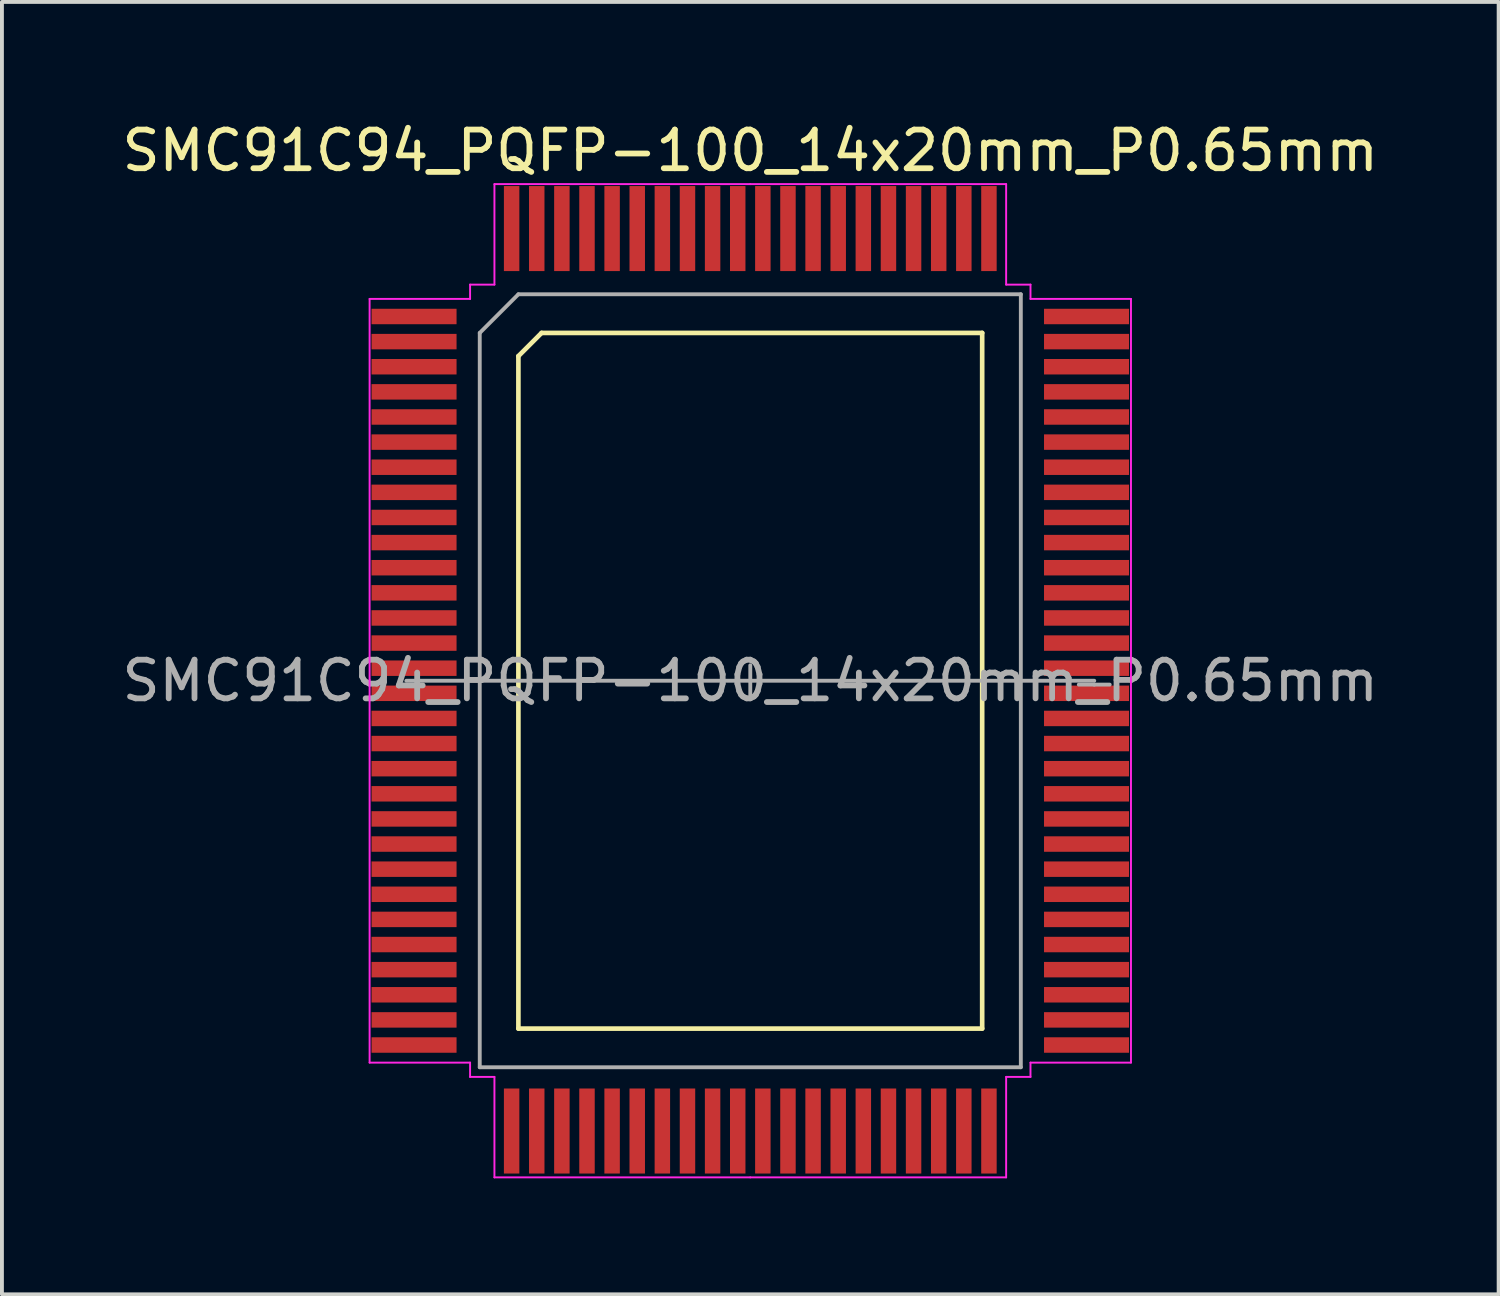
<source format=kicad_pcb>
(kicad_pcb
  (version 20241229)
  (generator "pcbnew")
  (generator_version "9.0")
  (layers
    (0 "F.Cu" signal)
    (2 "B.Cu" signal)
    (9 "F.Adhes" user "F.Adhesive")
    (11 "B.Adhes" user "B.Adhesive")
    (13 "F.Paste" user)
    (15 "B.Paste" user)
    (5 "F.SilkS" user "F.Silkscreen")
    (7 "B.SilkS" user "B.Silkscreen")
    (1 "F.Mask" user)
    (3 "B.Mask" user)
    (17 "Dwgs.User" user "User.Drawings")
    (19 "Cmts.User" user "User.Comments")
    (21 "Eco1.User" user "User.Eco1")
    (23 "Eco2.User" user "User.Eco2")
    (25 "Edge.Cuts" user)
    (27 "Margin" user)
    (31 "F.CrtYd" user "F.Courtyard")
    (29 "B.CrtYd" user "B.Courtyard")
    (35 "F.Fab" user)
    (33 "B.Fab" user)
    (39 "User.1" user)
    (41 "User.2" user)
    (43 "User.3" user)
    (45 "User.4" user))
  (footprint "SMC91C94_PQFP-100_14x20mm_P0.65mm"
    (layer "F.Cu")
    (at 16.363 14.564)
    (property "Reference" "SMC91C94_PQFP-100_14x20mm_P0.65mm" (at 0 -13.716 0) (layer "F.SilkS") (effects (font (size 1 1) (thickness 0.15))))
    (attr smd)
    (fp_line (start -6 -8.4) (end -6 9) (stroke (width 0.12) (type default)) (layer "F.SilkS"))
    (fp_line (start -6 9) (end 6 9) (stroke (width 0.12) (type default)) (layer "F.SilkS"))
    (fp_line (start -5.4 -9) (end -6 -8.4) (stroke (width 0.12) (type default)) (layer "F.SilkS"))
    (fp_line (start 6 -9) (end -5.4 -9) (stroke (width 0.12) (type default)) (layer "F.SilkS"))
    (fp_line (start 6 9) (end 6 -9) (stroke (width 0.12) (type default)) (layer "F.SilkS"))
    (fp_line (start -9.85 -9.88) (end -9.85 -0.02) (stroke (width 0.05) (type solid)) (layer "F.CrtYd"))
    (fp_line (start -9.85 9.88) (end -9.85 -0.02) (stroke (width 0.05) (type solid)) (layer "F.CrtYd"))
    (fp_line (start -7.25 -10.25) (end -7.25 -9.88) (stroke (width 0.05) (type solid)) (layer "F.CrtYd"))
    (fp_line (start -7.25 -9.88) (end -9.85 -9.88) (stroke (width 0.05) (type solid)) (layer "F.CrtYd"))
    (fp_line (start -7.25 9.88) (end -9.85 9.88) (stroke (width 0.05) (type solid)) (layer "F.CrtYd"))
    (fp_line (start -7.25 10.25) (end -7.25 9.88) (stroke (width 0.05) (type solid)) (layer "F.CrtYd"))
    (fp_line (start -6.62 -12.85) (end -6.62 -10.25) (stroke (width 0.05) (type solid)) (layer "F.CrtYd"))
    (fp_line (start -6.62 -10.25) (end -7.25 -10.25) (stroke (width 0.05) (type solid)) (layer "F.CrtYd"))
    (fp_line (start -6.62 10.25) (end -7.25 10.25) (stroke (width 0.05) (type solid)) (layer "F.CrtYd"))
    (fp_line (start -6.62 12.85) (end -6.62 10.25) (stroke (width 0.05) (type solid)) (layer "F.CrtYd"))
    (fp_line (start 0 -12.85) (end -6.62 -12.85) (stroke (width 0.05) (type solid)) (layer "F.CrtYd"))
    (fp_line (start 0 -12.85) (end 6.62 -12.85) (stroke (width 0.05) (type solid)) (layer "F.CrtYd"))
    (fp_line (start 0 12.85) (end -6.62 12.85) (stroke (width 0.05) (type solid)) (layer "F.CrtYd"))
    (fp_line (start 0 12.85) (end 6.62 12.85) (stroke (width 0.05) (type solid)) (layer "F.CrtYd"))
    (fp_line (start 6.62 -12.85) (end 6.62 -10.25) (stroke (width 0.05) (type solid)) (layer "F.CrtYd"))
    (fp_line (start 6.62 -10.25) (end 7.25 -10.25) (stroke (width 0.05) (type solid)) (layer "F.CrtYd"))
    (fp_line (start 6.62 10.25) (end 7.25 10.25) (stroke (width 0.05) (type solid)) (layer "F.CrtYd"))
    (fp_line (start 6.62 12.85) (end 6.62 10.25) (stroke (width 0.05) (type solid)) (layer "F.CrtYd"))
    (fp_line (start 7.25 -10.25) (end 7.25 -9.88) (stroke (width 0.05) (type solid)) (layer "F.CrtYd"))
    (fp_line (start 7.25 -9.88) (end 9.85 -9.88) (stroke (width 0.05) (type solid)) (layer "F.CrtYd"))
    (fp_line (start 7.25 9.88) (end 9.85 9.88) (stroke (width 0.05) (type solid)) (layer "F.CrtYd"))
    (fp_line (start 7.25 10.25) (end 7.25 9.88) (stroke (width 0.05) (type solid)) (layer "F.CrtYd"))
    (fp_line (start 9.85 -9.88) (end 9.85 0) (stroke (width 0.05) (type solid)) (layer "F.CrtYd"))
    (fp_line (start 9.85 9.88) (end 9.85 0) (stroke (width 0.05) (type solid)) (layer "F.CrtYd"))
    (fp_line (start -7 -9) (end -6 -10) (stroke (width 0.1) (type solid)) (layer "F.Fab"))
    (fp_line (start -7 10) (end -7 -9) (stroke (width 0.1) (type solid)) (layer "F.Fab"))
    (fp_line (start -6 -10) (end 7 -10) (stroke (width 0.1) (type solid)) (layer "F.Fab"))
    (fp_line (start 0 -0.4) (end 0 0.4) (stroke (width 0.1) (type default)) (layer "F.Fab"))
    (fp_line (start 0 0) (end -8.9 0) (stroke (width 0.1) (type default)) (layer "F.Fab"))
    (fp_line (start 0 0) (end 8.9 0) (stroke (width 0.1) (type default)) (layer "F.Fab"))
    (fp_line (start 7 -10) (end 7 10) (stroke (width 0.1) (type solid)) (layer "F.Fab"))
    (fp_line (start 7 10) (end -7 10) (stroke (width 0.1) (type solid)) (layer "F.Fab"))
    (fp_line (start 8.9 0.1) (end 8.5 0.1) (stroke (width 0.1) (type default)) (layer "F.Fab"))
    (fp_line (start 8.9 0.1) (end 9.3 0.1) (stroke (width 0.1) (type default)) (layer "F.Fab"))
    (fp_text user "${REFERENCE}" (at 0 0 0) (layer "F.Fab") (effects (font (size 1 1) (thickness 0.15))))
    (pad "1" smd rect (at -8.7 -9.425) (size 2.2 0.4) (layers "F.Cu" "F.Mask" "F.Paste"))
    (pad "2" smd rect (at -8.7 -8.775) (size 2.2 0.4) (layers "F.Cu" "F.Mask" "F.Paste"))
    (pad "3" smd rect (at -8.7 -8.125) (size 2.2 0.4) (layers "F.Cu" "F.Mask" "F.Paste"))
    (pad "4" smd rect (at -8.7 -7.475) (size 2.2 0.4) (layers "F.Cu" "F.Mask" "F.Paste"))
    (pad "5" smd rect (at -8.7 -6.825) (size 2.2 0.4) (layers "F.Cu" "F.Mask" "F.Paste"))
    (pad "6" smd rect (at -8.7 -6.175) (size 2.2 0.4) (layers "F.Cu" "F.Mask" "F.Paste"))
    (pad "7" smd rect (at -8.7 -5.525) (size 2.2 0.4) (layers "F.Cu" "F.Mask" "F.Paste"))
    (pad "8" smd rect (at -8.7 -4.875) (size 2.2 0.4) (layers "F.Cu" "F.Mask" "F.Paste"))
    (pad "9" smd rect (at -8.7 -4.225) (size 2.2 0.4) (layers "F.Cu" "F.Mask" "F.Paste"))
    (pad "10" smd rect (at -8.7 -3.575) (size 2.2 0.4) (layers "F.Cu" "F.Mask" "F.Paste"))
    (pad "11" smd rect (at -8.7 -2.925) (size 2.2 0.4) (layers "F.Cu" "F.Mask" "F.Paste"))
    (pad "12" smd rect (at -8.7 -2.275) (size 2.2 0.4) (layers "F.Cu" "F.Mask" "F.Paste"))
    (pad "13" smd rect (at -8.7 -1.625) (size 2.2 0.4) (layers "F.Cu" "F.Mask" "F.Paste"))
    (pad "14" smd rect (at -8.7 -0.975) (size 2.2 0.4) (layers "F.Cu" "F.Mask" "F.Paste"))
    (pad "15" smd rect (at -8.7 -0.325) (size 2.2 0.4) (layers "F.Cu" "F.Mask" "F.Paste"))
    (pad "16" smd rect (at -8.7 0.325) (size 2.2 0.4) (layers "F.Cu" "F.Mask" "F.Paste"))
    (pad "17" smd rect (at -8.7 0.975) (size 2.2 0.4) (layers "F.Cu" "F.Mask" "F.Paste"))
    (pad "18" smd rect (at -8.7 1.625) (size 2.2 0.4) (layers "F.Cu" "F.Mask" "F.Paste"))
    (pad "19" smd rect (at -8.7 2.275) (size 2.2 0.4) (layers "F.Cu" "F.Mask" "F.Paste"))
    (pad "20" smd rect (at -8.7 2.925) (size 2.2 0.4) (layers "F.Cu" "F.Mask" "F.Paste"))
    (pad "21" smd rect (at -8.7 3.575) (size 2.2 0.4) (layers "F.Cu" "F.Mask" "F.Paste"))
    (pad "22" smd rect (at -8.7 4.225) (size 2.2 0.4) (layers "F.Cu" "F.Mask" "F.Paste"))
    (pad "23" smd rect (at -8.7 4.875) (size 2.2 0.4) (layers "F.Cu" "F.Mask" "F.Paste"))
    (pad "24" smd rect (at -8.7 5.525) (size 2.2 0.4) (layers "F.Cu" "F.Mask" "F.Paste"))
    (pad "25" smd rect (at -8.7 6.175) (size 2.2 0.4) (layers "F.Cu" "F.Mask" "F.Paste"))
    (pad "26" smd rect (at -8.7 6.825) (size 2.2 0.4) (layers "F.Cu" "F.Mask" "F.Paste"))
    (pad "27" smd rect (at -8.7 7.475) (size 2.2 0.4) (layers "F.Cu" "F.Mask" "F.Paste"))
    (pad "28" smd rect (at -8.7 8.125) (size 2.2 0.4) (layers "F.Cu" "F.Mask" "F.Paste"))
    (pad "29" smd rect (at -8.7 8.775) (size 2.2 0.4) (layers "F.Cu" "F.Mask" "F.Paste"))
    (pad "30" smd rect (at -8.7 9.425) (size 2.2 0.4) (layers "F.Cu" "F.Mask" "F.Paste"))
    (pad "31" smd rect (at -6.175 11.65) (size 0.4 2.2) (layers "F.Cu" "F.Mask" "F.Paste"))
    (pad "32" smd rect (at -5.525 11.65) (size 0.4 2.2) (layers "F.Cu" "F.Mask" "F.Paste"))
    (pad "33" smd rect (at -4.875 11.65) (size 0.4 2.2) (layers "F.Cu" "F.Mask" "F.Paste"))
    (pad "34" smd rect (at -4.225 11.65) (size 0.4 2.2) (layers "F.Cu" "F.Mask" "F.Paste"))
    (pad "35" smd rect (at -3.575 11.65) (size 0.4 2.2) (layers "F.Cu" "F.Mask" "F.Paste"))
    (pad "36" smd rect (at -2.925 11.65) (size 0.4 2.2) (layers "F.Cu" "F.Mask" "F.Paste"))
    (pad "37" smd rect (at -2.275 11.65) (size 0.4 2.2) (layers "F.Cu" "F.Mask" "F.Paste"))
    (pad "38" smd rect (at -1.625 11.65) (size 0.4 2.2) (layers "F.Cu" "F.Mask" "F.Paste"))
    (pad "39" smd rect (at -0.975 11.65) (size 0.4 2.2) (layers "F.Cu" "F.Mask" "F.Paste"))
    (pad "40" smd rect (at -0.325 11.65) (size 0.4 2.2) (layers "F.Cu" "F.Mask" "F.Paste"))
    (pad "41" smd rect (at 0.325 11.65) (size 0.4 2.2) (layers "F.Cu" "F.Mask" "F.Paste"))
    (pad "42" smd rect (at 0.975 11.65) (size 0.4 2.2) (layers "F.Cu" "F.Mask" "F.Paste"))
    (pad "43" smd rect (at 1.625 11.65) (size 0.4 2.2) (layers "F.Cu" "F.Mask" "F.Paste"))
    (pad "44" smd rect (at 2.275 11.65) (size 0.4 2.2) (layers "F.Cu" "F.Mask" "F.Paste"))
    (pad "45" smd rect (at 2.925 11.65) (size 0.4 2.2) (layers "F.Cu" "F.Mask" "F.Paste"))
    (pad "46" smd rect (at 3.575 11.65) (size 0.4 2.2) (layers "F.Cu" "F.Mask" "F.Paste"))
    (pad "47" smd rect (at 4.225 11.65) (size 0.4 2.2) (layers "F.Cu" "F.Mask" "F.Paste"))
    (pad "48" smd rect (at 4.875 11.65) (size 0.4 2.2) (layers "F.Cu" "F.Mask" "F.Paste"))
    (pad "49" smd rect (at 5.525 11.65) (size 0.4 2.2) (layers "F.Cu" "F.Mask" "F.Paste"))
    (pad "50" smd rect (at 6.175 11.65) (size 0.4 2.2) (layers "F.Cu" "F.Mask" "F.Paste"))
    (pad "51" smd rect (at 8.7 9.425) (size 2.2 0.4) (layers "F.Cu" "F.Mask" "F.Paste"))
    (pad "52" smd rect (at 8.7 8.775) (size 2.2 0.4) (layers "F.Cu" "F.Mask" "F.Paste"))
    (pad "53" smd rect (at 8.7 8.125) (size 2.2 0.4) (layers "F.Cu" "F.Mask" "F.Paste"))
    (pad "54" smd rect (at 8.7 7.475) (size 2.2 0.4) (layers "F.Cu" "F.Mask" "F.Paste"))
    (pad "55" smd rect (at 8.7 6.825) (size 2.2 0.4) (layers "F.Cu" "F.Mask" "F.Paste"))
    (pad "56" smd rect (at 8.7 6.175) (size 2.2 0.4) (layers "F.Cu" "F.Mask" "F.Paste"))
    (pad "57" smd rect (at 8.7 5.525) (size 2.2 0.4) (layers "F.Cu" "F.Mask" "F.Paste"))
    (pad "58" smd rect (at 8.7 4.875) (size 2.2 0.4) (layers "F.Cu" "F.Mask" "F.Paste"))
    (pad "59" smd rect (at 8.7 4.225) (size 2.2 0.4) (layers "F.Cu" "F.Mask" "F.Paste"))
    (pad "60" smd rect (at 8.7 3.575) (size 2.2 0.4) (layers "F.Cu" "F.Mask" "F.Paste"))
    (pad "61" smd rect (at 8.7 2.925) (size 2.2 0.4) (layers "F.Cu" "F.Mask" "F.Paste"))
    (pad "62" smd rect (at 8.7 2.275) (size 2.2 0.4) (layers "F.Cu" "F.Mask" "F.Paste"))
    (pad "63" smd rect (at 8.7 1.625) (size 2.2 0.4) (layers "F.Cu" "F.Mask" "F.Paste"))
    (pad "64" smd rect (at 8.7 0.975) (size 2.2 0.4) (layers "F.Cu" "F.Mask" "F.Paste"))
    (pad "65" smd rect (at 8.7 0.325) (size 2.2 0.4) (layers "F.Cu" "F.Mask" "F.Paste"))
    (pad "66" smd rect (at 8.7 -0.325) (size 2.2 0.4) (layers "F.Cu" "F.Mask" "F.Paste"))
    (pad "67" smd rect (at 8.7 -0.975) (size 2.2 0.4) (layers "F.Cu" "F.Mask" "F.Paste"))
    (pad "68" smd rect (at 8.7 -1.625) (size 2.2 0.4) (layers "F.Cu" "F.Mask" "F.Paste"))
    (pad "69" smd rect (at 8.7 -2.275) (size 2.2 0.4) (layers "F.Cu" "F.Mask" "F.Paste"))
    (pad "70" smd rect (at 8.7 -2.925) (size 2.2 0.4) (layers "F.Cu" "F.Mask" "F.Paste"))
    (pad "71" smd rect (at 8.7 -3.575) (size 2.2 0.4) (layers "F.Cu" "F.Mask" "F.Paste"))
    (pad "72" smd rect (at 8.7 -4.225) (size 2.2 0.4) (layers "F.Cu" "F.Mask" "F.Paste"))
    (pad "73" smd rect (at 8.7 -4.875) (size 2.2 0.4) (layers "F.Cu" "F.Mask" "F.Paste"))
    (pad "74" smd rect (at 8.7 -5.525) (size 2.2 0.4) (layers "F.Cu" "F.Mask" "F.Paste"))
    (pad "75" smd rect (at 8.7 -6.175) (size 2.2 0.4) (layers "F.Cu" "F.Mask" "F.Paste"))
    (pad "76" smd rect (at 8.7 -6.825) (size 2.2 0.4) (layers "F.Cu" "F.Mask" "F.Paste"))
    (pad "77" smd rect (at 8.7 -7.475) (size 2.2 0.4) (layers "F.Cu" "F.Mask" "F.Paste"))
    (pad "78" smd rect (at 8.7 -8.125) (size 2.2 0.4) (layers "F.Cu" "F.Mask" "F.Paste"))
    (pad "79" smd rect (at 8.7 -8.775) (size 2.2 0.4) (layers "F.Cu" "F.Mask" "F.Paste"))
    (pad "80" smd rect (at 8.7 -9.425) (size 2.2 0.4) (layers "F.Cu" "F.Mask" "F.Paste"))
    (pad "81" smd rect (at 6.175 -11.7) (size 0.4 2.2) (layers "F.Cu" "F.Mask" "F.Paste"))
    (pad "82" smd rect (at 5.525 -11.7) (size 0.4 2.2) (layers "F.Cu" "F.Mask" "F.Paste"))
    (pad "83" smd rect (at 4.875 -11.7) (size 0.4 2.2) (layers "F.Cu" "F.Mask" "F.Paste"))
    (pad "84" smd rect (at 4.225 -11.7) (size 0.4 2.2) (layers "F.Cu" "F.Mask" "F.Paste"))
    (pad "85" smd rect (at 3.575 -11.7) (size 0.4 2.2) (layers "F.Cu" "F.Mask" "F.Paste"))
    (pad "86" smd rect (at 2.925 -11.7) (size 0.4 2.2) (layers "F.Cu" "F.Mask" "F.Paste"))
    (pad "87" smd rect (at 2.275 -11.7) (size 0.4 2.2) (layers "F.Cu" "F.Mask" "F.Paste"))
    (pad "88" smd rect (at 1.625 -11.7) (size 0.4 2.2) (layers "F.Cu" "F.Mask" "F.Paste"))
    (pad "89" smd rect (at 0.975 -11.7) (size 0.4 2.2) (layers "F.Cu" "F.Mask" "F.Paste"))
    (pad "90" smd rect (at 0.325 -11.7) (size 0.4 2.2) (layers "F.Cu" "F.Mask" "F.Paste"))
    (pad "91" smd rect (at -0.325 -11.7) (size 0.4 2.2) (layers "F.Cu" "F.Mask" "F.Paste"))
    (pad "92" smd rect (at -0.975 -11.7) (size 0.4 2.2) (layers "F.Cu" "F.Mask" "F.Paste"))
    (pad "93" smd rect (at -1.625 -11.7) (size 0.4 2.2) (layers "F.Cu" "F.Mask" "F.Paste"))
    (pad "94" smd rect (at -2.275 -11.7) (size 0.4 2.2) (layers "F.Cu" "F.Mask" "F.Paste"))
    (pad "95" smd rect (at -2.925 -11.7) (size 0.4 2.2) (layers "F.Cu" "F.Mask" "F.Paste"))
    (pad "96" smd rect (at -3.575 -11.7) (size 0.4 2.2) (layers "F.Cu" "F.Mask" "F.Paste"))
    (pad "97" smd rect (at -4.225 -11.7) (size 0.4 2.2) (layers "F.Cu" "F.Mask" "F.Paste"))
    (pad "98" smd rect (at -4.875 -11.7) (size 0.4 2.2) (layers "F.Cu" "F.Mask" "F.Paste"))
    (pad "99" smd rect (at -5.525 -11.7) (size 0.4 2.2) (layers "F.Cu" "F.Mask" "F.Paste"))
    (pad "100" smd rect (at -6.175 -11.7) (size 0.4 2.2) (layers "F.Cu" "F.Mask" "F.Paste")))
  (gr_rect
    (start -3 -3)
    (end 35.726 30.439)
    (stroke (width 0.1) (type default))
    (fill no)
    (layer "Edge.Cuts")))
</source>
